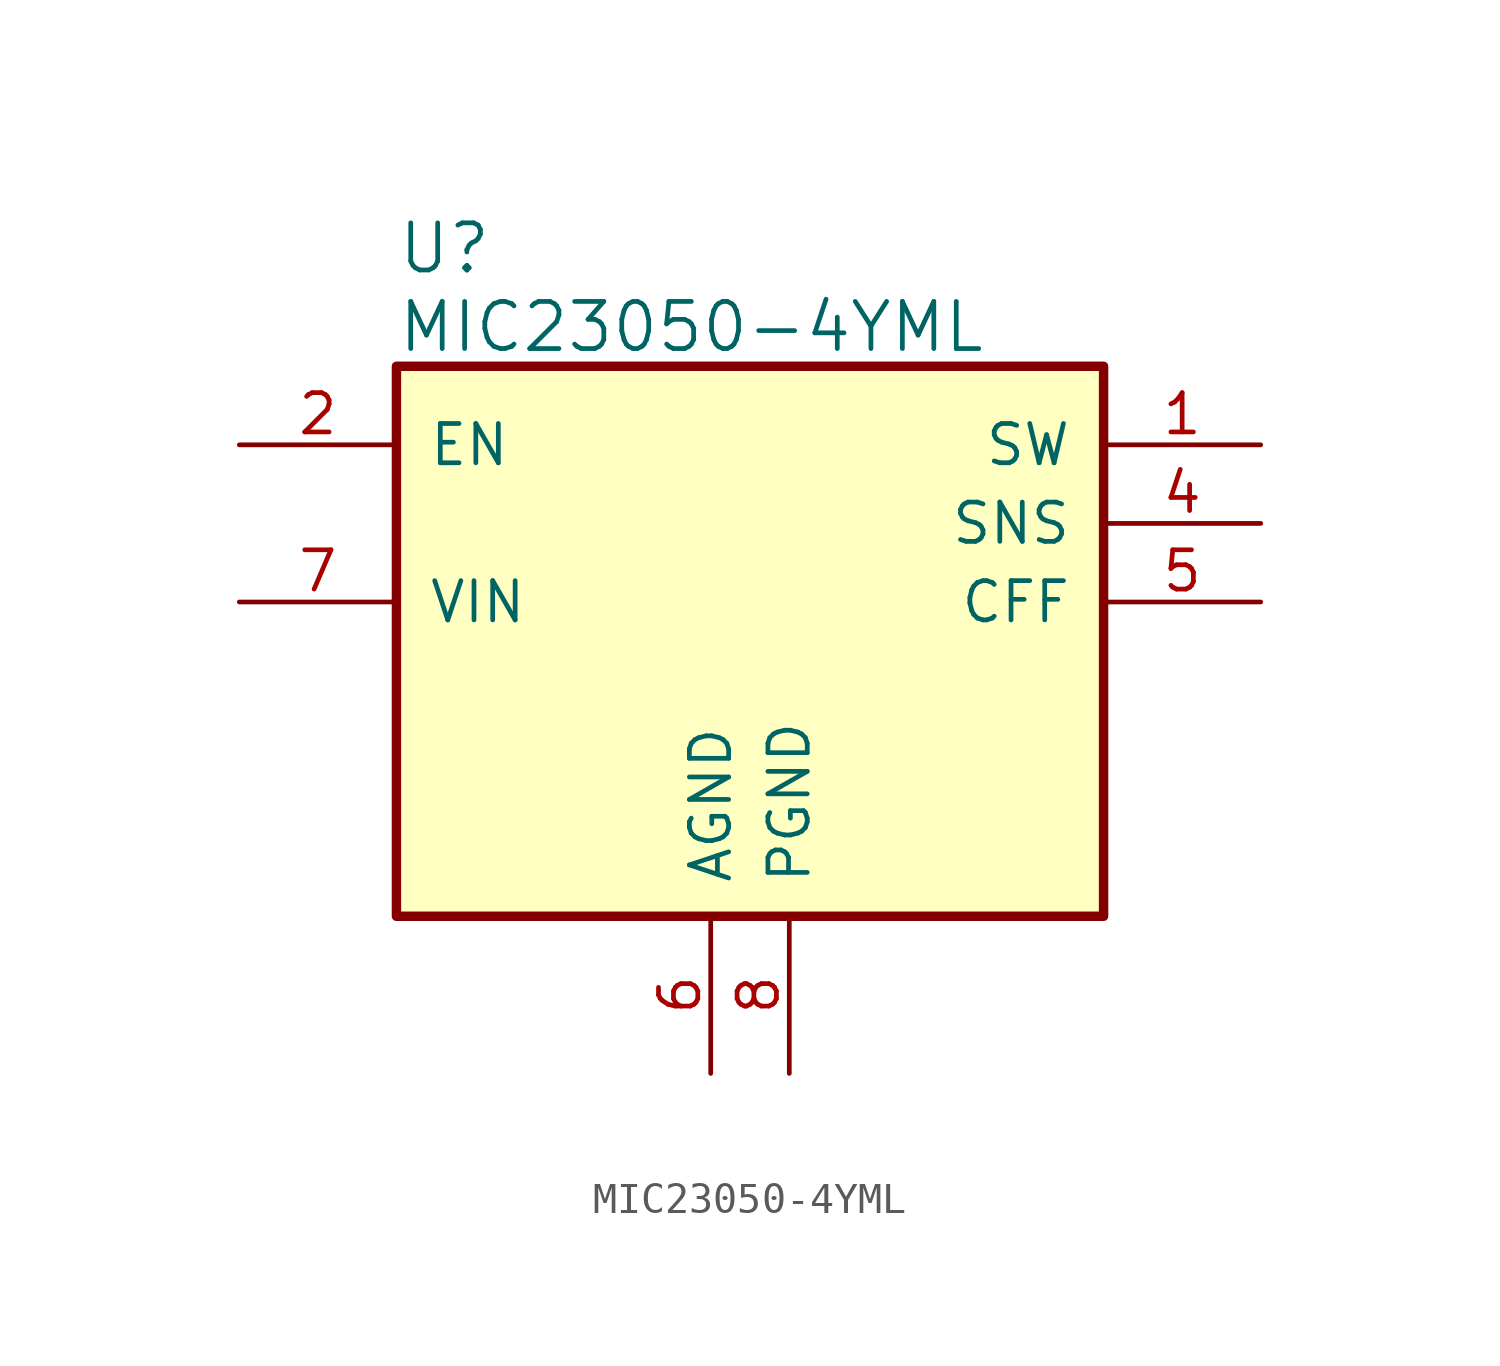
<source format=kicad_sym>
(kicad_symbol_lib
  (version 20200908)
  (generator kicad_symbol_editor)
  (symbol "Regulator_Switching:MIC23050-4YML"
    (pin_names
      (offset 1.016))
    (property "Reference" "U"
      (at 5.08 6.35 0)
      (effects (font (size 1.524 1.524)) (justify left)))
    (property "Value" "MIC23050-4YML"
      (at 5.08 3.81 0)
      (effects (font (size 1.524 1.524)) (justify left)))
    (symbol "MIC23050-4YML_1_1"
      (rectangle (start 5.08 2.54) (end 27.94 -15.24) (stroke (width 0.305)) (fill (type background)))
      (pin output line (at 33.02 0 180) (length 5.08) (name "SW" (effects (font (size 1.27 1.27)))) (number "1" (effects (font (size 1.27 1.27)))))
      (pin input line (at 0 0 0) (length 5.08) (name "EN" (effects (font (size 1.27 1.27)))) (number "2" (effects (font (size 1.27 1.27)))))
      (pin unconnected line (at 0 -2.54 0) (length 5.08) hide (name "NC" (effects (font (size 1.27 1.27)))) (number "3" (effects (font (size 1.27 1.27)))))
      (pin input line (at 33.02 -2.54 180) (length 5.08) (name "SNS" (effects (font (size 1.27 1.27)))) (number "4" (effects (font (size 1.27 1.27)))))
      (pin output line (at 33.02 -5.08 180) (length 5.08) (name "CFF" (effects (font (size 1.27 1.27)))) (number "5" (effects (font (size 1.27 1.27)))))
      (pin power_in line (at 15.24 -20.32 90) (length 5.08) (name "AGND" (effects (font (size 1.27 1.27)))) (number "6" (effects (font (size 1.27 1.27)))))
      (pin power_in line (at 0 -5.08 0) (length 5.08) (name "VIN" (effects (font (size 1.27 1.27)))) (number "7" (effects (font (size 1.27 1.27)))))
      (pin power_in line (at 17.78 -20.32 90) (length 5.08) (name "PGND" (effects (font (size 1.27 1.27)))) (number "8" (effects (font (size 1.27 1.27))))))))
</source>
